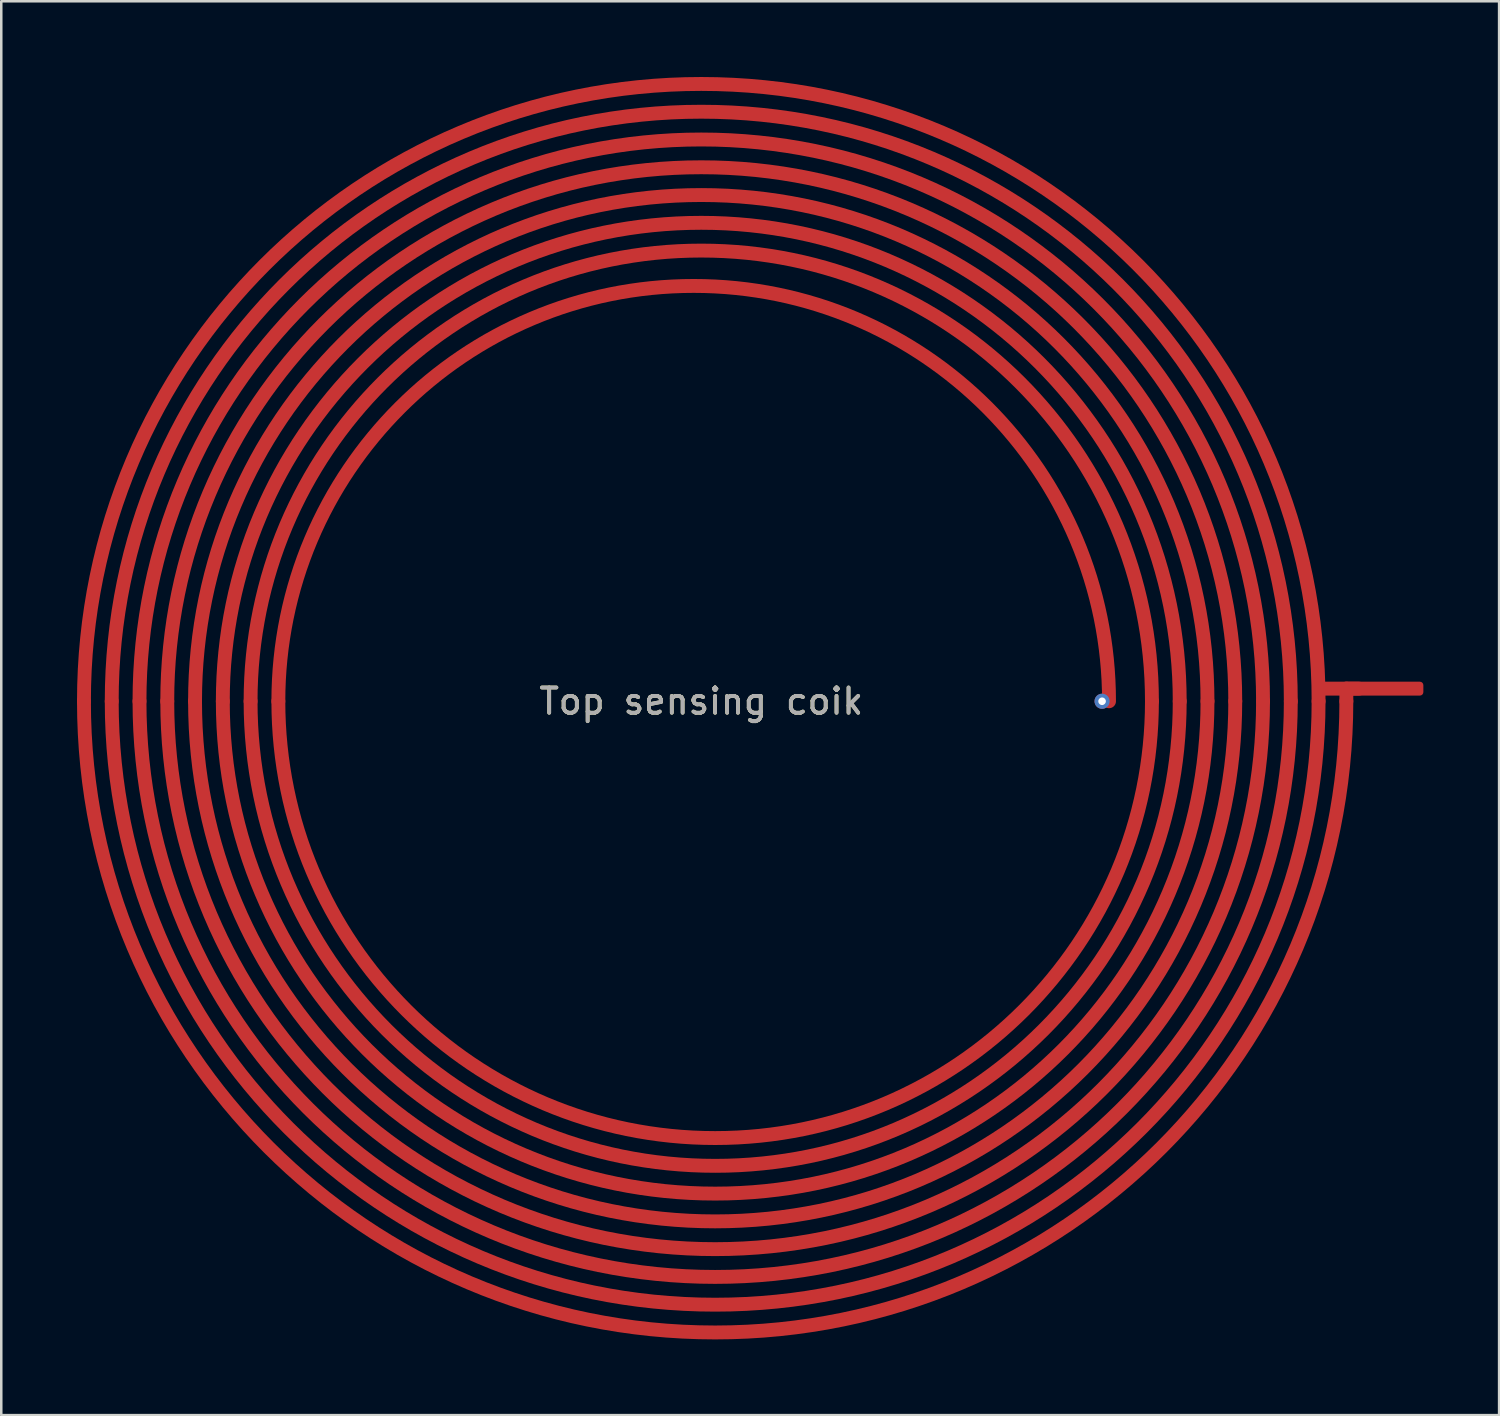
<source format=kicad_pcb>
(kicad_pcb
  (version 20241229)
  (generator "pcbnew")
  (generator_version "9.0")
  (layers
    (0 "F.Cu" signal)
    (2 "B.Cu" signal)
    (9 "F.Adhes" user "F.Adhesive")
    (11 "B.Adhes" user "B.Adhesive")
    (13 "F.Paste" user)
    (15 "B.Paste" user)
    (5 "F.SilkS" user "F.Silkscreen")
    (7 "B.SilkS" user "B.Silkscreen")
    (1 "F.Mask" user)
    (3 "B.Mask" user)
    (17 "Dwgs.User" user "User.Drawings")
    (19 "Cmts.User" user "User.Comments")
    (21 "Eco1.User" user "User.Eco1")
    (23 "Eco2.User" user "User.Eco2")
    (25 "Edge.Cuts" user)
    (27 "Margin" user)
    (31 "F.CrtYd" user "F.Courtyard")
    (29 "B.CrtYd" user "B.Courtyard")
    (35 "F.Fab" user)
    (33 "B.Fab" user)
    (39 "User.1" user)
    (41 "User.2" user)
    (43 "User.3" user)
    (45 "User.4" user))
  (footprint "Top sensing coik"
    (layer "F.Cu")
    (at 24.725 24.725)
    (property "Reference" "Top sensing coik" (at 0 0 0) (unlocked yes) (layer "F.SilkS") (effects (font (size 1 1) (thickness 0.15))))
    (attr smd)
    (fp_line (start 25.55 -0.5) (end 26.05 -0.5) (stroke (width 0.55) (type solid)) (layer "F.Cu"))
    (fp_line (start 25.55 0) (end 25.55 -0.5) (stroke (width 0.55) (type solid)) (layer "F.Cu"))
    (fp_arc (start -24.45 0) (mid 0 -24.45) (end 24.45 0) (stroke (width 0.55) (type solid)) (layer "F.Cu"))
    (fp_arc (start -23.35 0) (mid 0 -23.35) (end 23.35 0) (stroke (width 0.55) (type solid)) (layer "F.Cu"))
    (fp_arc (start -22.25 0) (mid 0 -22.25) (end 22.25 0) (stroke (width 0.55) (type solid)) (layer "F.Cu"))
    (fp_arc (start -21.15 0) (mid 0 -21.15) (end 21.15 0) (stroke (width 0.55) (type solid)) (layer "F.Cu"))
    (fp_arc (start -20.05 0) (mid 0 -20.05) (end 20.05 0) (stroke (width 0.55) (type solid)) (layer "F.Cu"))
    (fp_arc (start -18.95 0) (mid 0 -18.95) (end 18.95 0) (stroke (width 0.55) (type solid)) (layer "F.Cu"))
    (fp_arc (start -17.85 0) (mid 0 -17.85) (end 17.85 0) (stroke (width 0.55) (type solid)) (layer "F.Cu"))
    (fp_arc (start -16.75 0) (mid -0.6 -16.45) (end 16.15 0) (stroke (width 0.55) (type solid)) (layer "F.Cu"))
    (fp_arc (start 17.85 0) (mid -0.55 17.3) (end -16.75 0) (stroke (width 0.55) (type solid)) (layer "F.Cu"))
    (fp_arc (start 18.95 0) (mid 0.55 18.4) (end -17.85 0) (stroke (width 0.55) (type solid)) (layer "F.Cu"))
    (fp_arc (start 20.05 0) (mid 0.55 19.5) (end -18.95 0) (stroke (width 0.55) (type solid)) (layer "F.Cu"))
    (fp_arc (start 21.15 0) (mid 0.55 20.6) (end -20.05 0) (stroke (width 0.55) (type solid)) (layer "F.Cu"))
    (fp_arc (start 22.25 0) (mid 0.55 21.7) (end -21.15 0) (stroke (width 0.55) (type solid)) (layer "F.Cu"))
    (fp_arc (start 23.35 0) (mid 0.55 22.8) (end -22.25 0) (stroke (width 0.55) (type solid)) (layer "F.Cu"))
    (fp_arc (start 24.45 0) (mid 0.55 23.9) (end -23.35 0) (stroke (width 0.55) (type solid)) (layer "F.Cu"))
    (fp_arc (start 25.55 0) (mid 0.55 25) (end -24.45 0) (stroke (width 0.55) (type solid)) (layer "F.Cu"))
    (fp_text user "${REFERENCE}" (at 0 0 0) (unlocked yes) (layer "F.Fab") (effects (font (size 1 1) (thickness 0.15))))
    (pad "" thru_hole circle (at 15.875 0) (size 0.6 0.6) (drill 0.3) (layers "*.Cu" "*.Mask"))
    (pad "1" smd roundrect (at 26.4 -0.5) (size 4.4 0.55) (layers "F.Cu") (roundrect_rratio 0.25)))
  (gr_rect
    (start -3 -3)
    (end 56.325 53)
    (stroke (width 0.1) (type default))
    (fill no)
    (layer "Edge.Cuts")))
</source>
